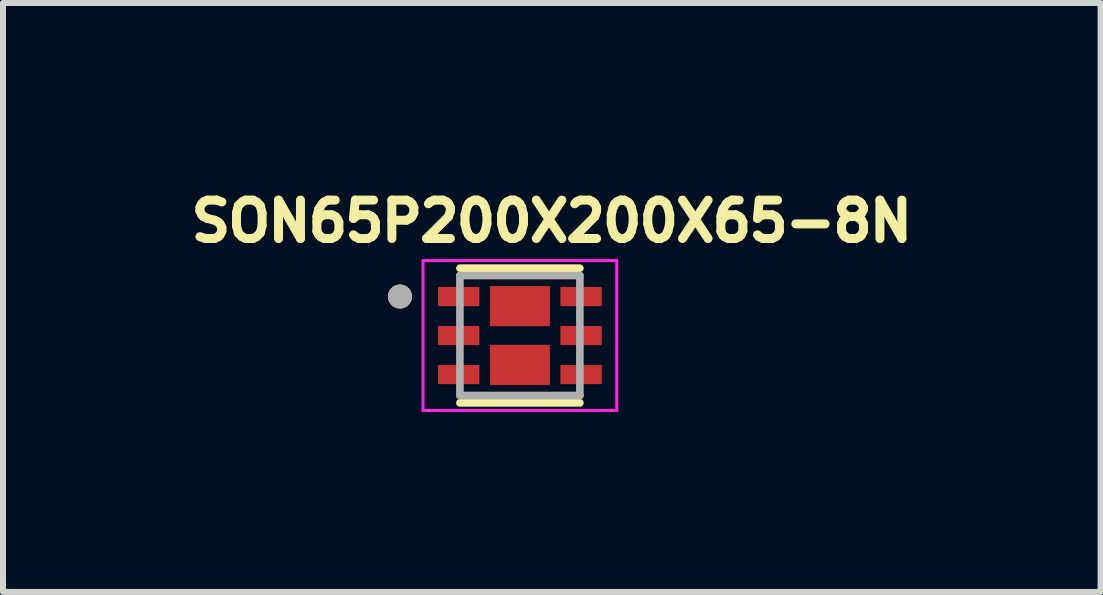
<source format=kicad_pcb>
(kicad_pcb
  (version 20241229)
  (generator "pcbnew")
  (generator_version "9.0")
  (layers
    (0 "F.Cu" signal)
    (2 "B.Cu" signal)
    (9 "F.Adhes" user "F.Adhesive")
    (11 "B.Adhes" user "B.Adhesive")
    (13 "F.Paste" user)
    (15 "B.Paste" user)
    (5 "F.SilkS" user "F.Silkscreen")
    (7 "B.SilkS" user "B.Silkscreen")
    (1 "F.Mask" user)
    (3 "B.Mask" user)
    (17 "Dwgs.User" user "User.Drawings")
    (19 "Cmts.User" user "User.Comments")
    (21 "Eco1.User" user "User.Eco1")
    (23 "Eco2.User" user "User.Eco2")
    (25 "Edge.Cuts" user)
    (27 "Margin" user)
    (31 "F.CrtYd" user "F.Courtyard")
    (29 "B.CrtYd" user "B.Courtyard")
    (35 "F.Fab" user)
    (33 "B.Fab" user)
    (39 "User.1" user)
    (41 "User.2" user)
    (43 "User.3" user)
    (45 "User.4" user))
  (footprint "SON65P200X200X65-8N"
    (layer "F.Cu")
    (at 5.618 2.544)
    (property "Reference" "SON65P200X200X65-8N" (at 0.532 -1.906 0) (layer "F.SilkS") (effects (font (size 0.64 0.64) (thickness 0.15))))
    (attr smd)
    (fp_line (start -1 -1.123) (end 1 -1.123) (stroke (width 0.127) (type solid)) (layer "F.SilkS"))
    (fp_line (start -1 1.123) (end 1 1.123) (stroke (width 0.127) (type solid)) (layer "F.SilkS"))
    (fp_circle (center -2 -0.65) (end -1.9 -0.65) (stroke (width 0.2) (type solid)) (fill no) (layer "F.SilkS"))
    (fp_poly (pts (xy -0.316 -0.702) (xy 0.316 -0.702) (xy 0.316 -0.278) (xy -0.316 -0.278)) (stroke (width 0.01) (type solid)) (fill yes) (layer "F.Paste"))
    (fp_poly (pts (xy -0.316 0.278) (xy 0.316 0.278) (xy 0.316 0.702) (xy -0.316 0.702)) (stroke (width 0.01) (type solid)) (fill yes) (layer "F.Paste"))
    (fp_line (start -1.615 -1.25) (end -1.615 1.25) (stroke (width 0.05) (type solid)) (layer "F.CrtYd"))
    (fp_line (start -1.615 1.25) (end 1.615 1.25) (stroke (width 0.05) (type solid)) (layer "F.CrtYd"))
    (fp_line (start 1.615 -1.25) (end -1.615 -1.25) (stroke (width 0.05) (type solid)) (layer "F.CrtYd"))
    (fp_line (start 1.615 1.25) (end 1.615 -1.25) (stroke (width 0.05) (type solid)) (layer "F.CrtYd"))
    (fp_line (start -1 -1) (end -1 1) (stroke (width 0.127) (type solid)) (layer "F.Fab"))
    (fp_line (start -1 1) (end 1 1) (stroke (width 0.127) (type solid)) (layer "F.Fab"))
    (fp_line (start 1 -1) (end -1 -1) (stroke (width 0.127) (type solid)) (layer "F.Fab"))
    (fp_line (start 1 1) (end 1 -1) (stroke (width 0.127) (type solid)) (layer "F.Fab"))
    (fp_circle (center -2 -0.65) (end -1.9 -0.65) (stroke (width 0.2) (type solid)) (fill no) (layer "F.Fab"))
    (pad "1" smd roundrect (at -1.02 -0.65) (size 0.69 0.32) (layers "F.Cu" "F.Mask" "F.Paste") (roundrect_rratio 0.04))
    (pad "2" smd roundrect (at -1.02 0) (size 0.69 0.32) (layers "F.Cu" "F.Mask" "F.Paste") (roundrect_rratio 0.04))
    (pad "3" smd roundrect (at -1.02 0.65) (size 0.69 0.32) (layers "F.Cu" "F.Mask" "F.Paste") (roundrect_rratio 0.04))
    (pad "4" smd roundrect (at 1.02 0.65 180) (size 0.69 0.32) (layers "F.Cu" "F.Mask" "F.Paste") (roundrect_rratio 0.04))
    (pad "5" smd roundrect (at 1.02 0 180) (size 0.69 0.32) (layers "F.Cu" "F.Mask" "F.Paste") (roundrect_rratio 0.04))
    (pad "6" smd roundrect (at 1.02 -0.65 180) (size 0.69 0.32) (layers "F.Cu" "F.Mask" "F.Paste") (roundrect_rratio 0.04))
    (pad "7" smd rect (at 0 -0.49) (size 1 0.67) (layers "F.Cu" "F.Mask"))
    (pad "8" smd rect (at 0 0.49) (size 1 0.67) (layers "F.Cu" "F.Mask")))
  (gr_rect
    (start -3 -3)
    (end 15.299 6.819)
    (stroke (width 0.1) (type default))
    (fill no)
    (layer "Edge.Cuts")))
</source>
